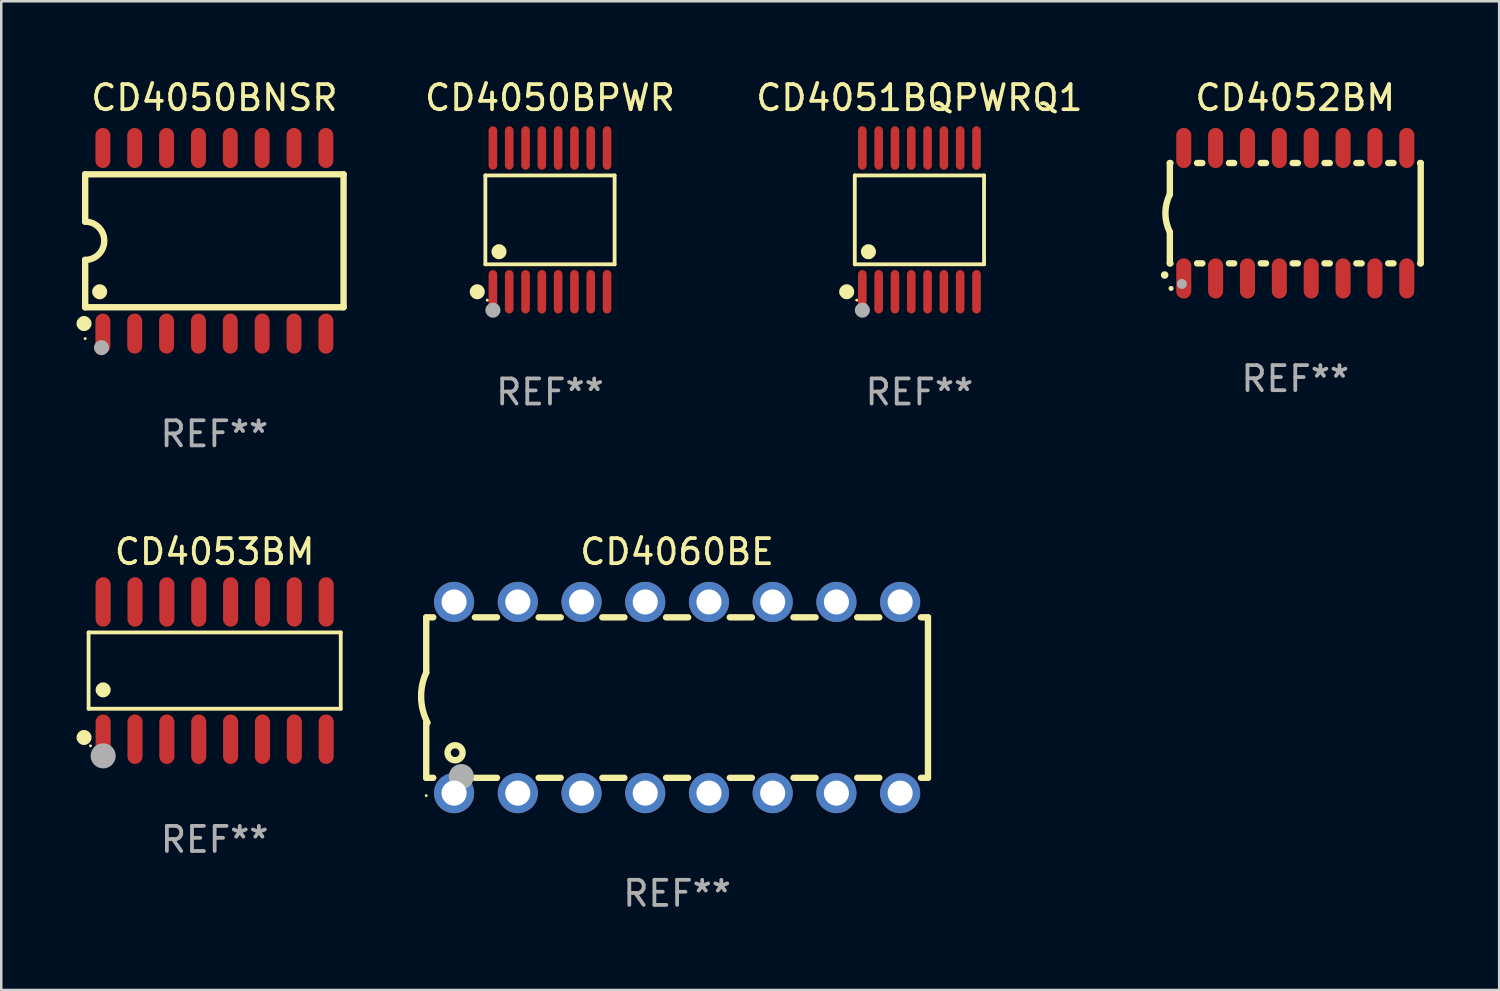
<source format=kicad_pcb>
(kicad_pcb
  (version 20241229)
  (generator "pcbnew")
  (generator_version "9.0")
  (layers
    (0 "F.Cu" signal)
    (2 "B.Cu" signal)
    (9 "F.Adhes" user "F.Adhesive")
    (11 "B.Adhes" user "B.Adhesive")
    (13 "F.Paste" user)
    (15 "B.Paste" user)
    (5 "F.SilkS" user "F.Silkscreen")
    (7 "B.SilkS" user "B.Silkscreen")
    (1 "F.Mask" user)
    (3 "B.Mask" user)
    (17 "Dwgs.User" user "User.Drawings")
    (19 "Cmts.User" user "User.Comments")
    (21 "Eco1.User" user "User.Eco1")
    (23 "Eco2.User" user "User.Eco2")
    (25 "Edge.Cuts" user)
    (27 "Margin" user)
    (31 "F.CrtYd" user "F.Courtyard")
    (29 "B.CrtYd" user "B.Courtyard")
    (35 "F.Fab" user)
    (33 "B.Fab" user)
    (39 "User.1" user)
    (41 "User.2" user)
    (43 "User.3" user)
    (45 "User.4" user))
  (footprint "CD4051BQPWRQ1"
    (layer "F.Cu")
    (at 33.599 5.714)
    (property "Reference" "CD4051BQPWRQ1" (at 0 -4.866 0) (layer "F.SilkS") (effects (font (size 1 1) (thickness 0.15))))
    (attr through_hole)
    (fp_line (start -2.576 -1.772) (end 2.576 -1.772) (stroke (width 0.152) (type solid)) (layer "F.SilkS"))
    (fp_line (start -2.576 1.771) (end -2.576 -1.772) (stroke (width 0.152) (type solid)) (layer "F.SilkS"))
    (fp_line (start 2.576 -1.772) (end 2.576 1.771) (stroke (width 0.152) (type solid)) (layer "F.SilkS"))
    (fp_line (start 2.576 1.771) (end -2.576 1.771) (stroke (width 0.152) (type solid)) (layer "F.SilkS"))
    (fp_circle (center -2.899 2.866) (end -2.749 2.866) (stroke (width 0.3) (type solid)) (fill no) (layer "F.SilkS"))
    (fp_circle (center -2.5 3.2) (end -2.47 3.2) (stroke (width 0.06) (type solid)) (fill no) (layer "F.SilkS"))
    (fp_circle (center -2.032 1.27) (end -1.882 1.27) (stroke (width 0.3) (type solid)) (fill no) (layer "F.SilkS"))
    (fp_circle (center -2.275 3.6) (end -2.125 3.6) (stroke (width 0.3) (type solid)) (fill no) (layer "F.Fab"))
    (fp_text user "REF**" (at 0 6.866 0) (layer "F.Fab") (effects (font (size 1 1) (thickness 0.15))))
    (pad "1" smd oval (at -2.275 2.866) (size 0.343 1.731) (layers "F.Cu" "F.Mask" "F.Paste"))
    (pad "2" smd oval (at -1.625 2.866) (size 0.343 1.731) (layers "F.Cu" "F.Mask" "F.Paste"))
    (pad "3" smd oval (at -0.975 2.866) (size 0.343 1.731) (layers "F.Cu" "F.Mask" "F.Paste"))
    (pad "4" smd oval (at -0.325 2.866) (size 0.343 1.731) (layers "F.Cu" "F.Mask" "F.Paste"))
    (pad "5" smd oval (at 0.325 2.866) (size 0.343 1.731) (layers "F.Cu" "F.Mask" "F.Paste"))
    (pad "6" smd oval (at 0.975 2.866) (size 0.343 1.731) (layers "F.Cu" "F.Mask" "F.Paste"))
    (pad "7" smd oval (at 1.625 2.866) (size 0.343 1.731) (layers "F.Cu" "F.Mask" "F.Paste"))
    (pad "8" smd oval (at 2.275 2.866) (size 0.343 1.731) (layers "F.Cu" "F.Mask" "F.Paste"))
    (pad "9" smd oval (at 2.275 -2.866) (size 0.343 1.731) (layers "F.Cu" "F.Mask" "F.Paste"))
    (pad "10" smd oval (at 1.625 -2.866) (size 0.343 1.731) (layers "F.Cu" "F.Mask" "F.Paste"))
    (pad "11" smd oval (at 0.975 -2.866) (size 0.343 1.731) (layers "F.Cu" "F.Mask" "F.Paste"))
    (pad "12" smd oval (at 0.325 -2.866) (size 0.343 1.731) (layers "F.Cu" "F.Mask" "F.Paste"))
    (pad "13" smd oval (at -0.325 -2.866) (size 0.343 1.731) (layers "F.Cu" "F.Mask" "F.Paste"))
    (pad "14" smd oval (at -0.975 -2.866) (size 0.343 1.731) (layers "F.Cu" "F.Mask" "F.Paste"))
    (pad "15" smd oval (at -1.625 -2.866) (size 0.343 1.731) (layers "F.Cu" "F.Mask" "F.Paste"))
    (pad "16" smd oval (at -2.275 -2.866) (size 0.343 1.731) (layers "F.Cu" "F.Mask" "F.Paste")))
  (footprint "CD4050BPWR"
    (layer "F.Cu")
    (at 18.873 5.714)
    (property "Reference" "CD4050BPWR" (at 0 -4.866 0) (layer "F.SilkS") (effects (font (size 1 1) (thickness 0.15))))
    (attr through_hole)
    (fp_line (start -2.576 -1.772) (end 2.576 -1.772) (stroke (width 0.152) (type solid)) (layer "F.SilkS"))
    (fp_line (start -2.576 1.771) (end -2.576 -1.772) (stroke (width 0.152) (type solid)) (layer "F.SilkS"))
    (fp_line (start 2.576 -1.772) (end 2.576 1.771) (stroke (width 0.152) (type solid)) (layer "F.SilkS"))
    (fp_line (start 2.576 1.771) (end -2.576 1.771) (stroke (width 0.152) (type solid)) (layer "F.SilkS"))
    (fp_circle (center -2.899 2.866) (end -2.749 2.866) (stroke (width 0.3) (type solid)) (fill no) (layer "F.SilkS"))
    (fp_circle (center -2.5 3.2) (end -2.47 3.2) (stroke (width 0.06) (type solid)) (fill no) (layer "F.SilkS"))
    (fp_circle (center -2.032 1.27) (end -1.882 1.27) (stroke (width 0.3) (type solid)) (fill no) (layer "F.SilkS"))
    (fp_circle (center -2.275 3.6) (end -2.125 3.6) (stroke (width 0.3) (type solid)) (fill no) (layer "F.Fab"))
    (fp_text user "REF**" (at 0 6.866 0) (layer "F.Fab") (effects (font (size 1 1) (thickness 0.15))))
    (pad "1" smd oval (at -2.275 2.866) (size 0.343 1.731) (layers "F.Cu" "F.Mask" "F.Paste"))
    (pad "2" smd oval (at -1.625 2.866) (size 0.343 1.731) (layers "F.Cu" "F.Mask" "F.Paste"))
    (pad "3" smd oval (at -0.975 2.866) (size 0.343 1.731) (layers "F.Cu" "F.Mask" "F.Paste"))
    (pad "4" smd oval (at -0.325 2.866) (size 0.343 1.731) (layers "F.Cu" "F.Mask" "F.Paste"))
    (pad "5" smd oval (at 0.325 2.866) (size 0.343 1.731) (layers "F.Cu" "F.Mask" "F.Paste"))
    (pad "6" smd oval (at 0.975 2.866) (size 0.343 1.731) (layers "F.Cu" "F.Mask" "F.Paste"))
    (pad "7" smd oval (at 1.625 2.866) (size 0.343 1.731) (layers "F.Cu" "F.Mask" "F.Paste"))
    (pad "8" smd oval (at 2.275 2.866) (size 0.343 1.731) (layers "F.Cu" "F.Mask" "F.Paste"))
    (pad "9" smd oval (at 2.275 -2.866) (size 0.343 1.731) (layers "F.Cu" "F.Mask" "F.Paste"))
    (pad "10" smd oval (at 1.625 -2.866) (size 0.343 1.731) (layers "F.Cu" "F.Mask" "F.Paste"))
    (pad "11" smd oval (at 0.975 -2.866) (size 0.343 1.731) (layers "F.Cu" "F.Mask" "F.Paste"))
    (pad "12" smd oval (at 0.325 -2.866) (size 0.343 1.731) (layers "F.Cu" "F.Mask" "F.Paste"))
    (pad "13" smd oval (at -0.325 -2.866) (size 0.343 1.731) (layers "F.Cu" "F.Mask" "F.Paste"))
    (pad "14" smd oval (at -0.975 -2.866) (size 0.343 1.731) (layers "F.Cu" "F.Mask" "F.Paste"))
    (pad "15" smd oval (at -1.625 -2.866) (size 0.343 1.731) (layers "F.Cu" "F.Mask" "F.Paste"))
    (pad "16" smd oval (at -2.275 -2.866) (size 0.343 1.731) (layers "F.Cu" "F.Mask" "F.Paste")))
  (footprint "CD4053BM"
    (layer "F.Cu")
    (at 5.507 23.68)
    (property "Reference" "CD4053BM" (at 0 -4.736 0) (layer "F.SilkS") (effects (font (size 1 1) (thickness 0.15))))
    (attr through_hole)
    (fp_line (start -5.026 -1.521) (end 5.026 -1.521) (stroke (width 0.152) (type solid)) (layer "F.SilkS"))
    (fp_line (start -5.026 1.521) (end -5.026 -1.521) (stroke (width 0.152) (type solid)) (layer "F.SilkS"))
    (fp_line (start 5.026 -1.521) (end 5.026 1.521) (stroke (width 0.152) (type solid)) (layer "F.SilkS"))
    (fp_line (start 5.026 1.521) (end -5.026 1.521) (stroke (width 0.152) (type solid)) (layer "F.SilkS"))
    (fp_circle (center -5.207 2.667) (end -5.057 2.667) (stroke (width 0.3) (type solid)) (fill no) (layer "F.SilkS"))
    (fp_circle (center -4.95 3) (end -4.92 3) (stroke (width 0.06) (type solid)) (fill no) (layer "F.SilkS"))
    (fp_circle (center -4.445 0.769) (end -4.295 0.769) (stroke (width 0.3) (type solid)) (fill no) (layer "F.SilkS"))
    (fp_circle (center -4.445 3.4) (end -4.195 3.4) (stroke (width 0.5) (type solid)) (fill no) (layer "F.Fab"))
    (fp_text user "REF**" (at 0 6.736 0) (layer "F.Fab") (effects (font (size 1 1) (thickness 0.15))))
    (pad "1" smd oval (at -4.445 2.736) (size 0.602 1.971) (layers "F.Cu" "F.Mask" "F.Paste"))
    (pad "2" smd oval (at -3.175 2.736) (size 0.602 1.971) (layers "F.Cu" "F.Mask" "F.Paste"))
    (pad "3" smd oval (at -1.905 2.736) (size 0.602 1.971) (layers "F.Cu" "F.Mask" "F.Paste"))
    (pad "4" smd oval (at -0.635 2.736) (size 0.602 1.971) (layers "F.Cu" "F.Mask" "F.Paste"))
    (pad "5" smd oval (at 0.635 2.736) (size 0.602 1.971) (layers "F.Cu" "F.Mask" "F.Paste"))
    (pad "6" smd oval (at 1.905 2.736) (size 0.602 1.971) (layers "F.Cu" "F.Mask" "F.Paste"))
    (pad "7" smd oval (at 3.175 2.736) (size 0.602 1.971) (layers "F.Cu" "F.Mask" "F.Paste"))
    (pad "8" smd oval (at 4.445 2.736) (size 0.602 1.971) (layers "F.Cu" "F.Mask" "F.Paste"))
    (pad "9" smd oval (at 4.445 -2.736) (size 0.602 1.971) (layers "F.Cu" "F.Mask" "F.Paste"))
    (pad "10" smd oval (at 3.175 -2.736) (size 0.602 1.971) (layers "F.Cu" "F.Mask" "F.Paste"))
    (pad "11" smd oval (at 1.905 -2.736) (size 0.602 1.971) (layers "F.Cu" "F.Mask" "F.Paste"))
    (pad "12" smd oval (at 0.635 -2.736) (size 0.602 1.971) (layers "F.Cu" "F.Mask" "F.Paste"))
    (pad "13" smd oval (at -0.635 -2.736) (size 0.602 1.971) (layers "F.Cu" "F.Mask" "F.Paste"))
    (pad "14" smd oval (at -1.905 -2.736) (size 0.602 1.971) (layers "F.Cu" "F.Mask" "F.Paste"))
    (pad "15" smd oval (at -3.175 -2.736) (size 0.602 1.971) (layers "F.Cu" "F.Mask" "F.Paste"))
    (pad "16" smd oval (at -4.445 -2.736) (size 0.602 1.971) (layers "F.Cu" "F.Mask" "F.Paste")))
  (footprint "CD4060BE"
    (layer "F.Cu")
    (at 23.94 24.755)
    (property "Reference" "CD4060BE" (at 0 -5.81 0) (layer "F.SilkS") (effects (font (size 1 1) (thickness 0.15))))
    (attr through_hole)
    (fp_line (start -10 -3.198) (end -9.719 -3.198) (stroke (width 0.254) (type solid)) (layer "F.SilkS"))
    (fp_line (start -10 -0.998) (end -10 -3.198) (stroke (width 0.254) (type solid)) (layer "F.SilkS"))
    (fp_line (start -10 3.2) (end -10 1) (stroke (width 0.254) (type solid)) (layer "F.SilkS"))
    (fp_line (start -10 3.2) (end -9.721 3.2) (stroke (width 0.254) (type solid)) (layer "F.SilkS"))
    (fp_line (start -8.061 -3.198) (end -7.179 -3.198) (stroke (width 0.254) (type solid)) (layer "F.SilkS"))
    (fp_line (start -8.059 3.2) (end -7.181 3.2) (stroke (width 0.254) (type solid)) (layer "F.SilkS"))
    (fp_line (start -5.521 -3.198) (end -4.639 -3.198) (stroke (width 0.254) (type solid)) (layer "F.SilkS"))
    (fp_line (start -5.519 3.2) (end -4.641 3.2) (stroke (width 0.254) (type solid)) (layer "F.SilkS"))
    (fp_line (start -2.981 -3.198) (end -2.099 -3.198) (stroke (width 0.254) (type solid)) (layer "F.SilkS"))
    (fp_line (start -2.979 3.2) (end -2.101 3.2) (stroke (width 0.254) (type solid)) (layer "F.SilkS"))
    (fp_line (start -0.441 -3.198) (end 0.441 -3.198) (stroke (width 0.254) (type solid)) (layer "F.SilkS"))
    (fp_line (start -0.439 3.2) (end 0.439 3.2) (stroke (width 0.254) (type solid)) (layer "F.SilkS"))
    (fp_line (start 2.099 -3.198) (end 2.981 -3.198) (stroke (width 0.254) (type solid)) (layer "F.SilkS"))
    (fp_line (start 2.101 3.2) (end 2.979 3.2) (stroke (width 0.254) (type solid)) (layer "F.SilkS"))
    (fp_line (start 4.639 -3.198) (end 5.521 -3.198) (stroke (width 0.254) (type solid)) (layer "F.SilkS"))
    (fp_line (start 4.641 3.2) (end 5.519 3.2) (stroke (width 0.254) (type solid)) (layer "F.SilkS"))
    (fp_line (start 7.179 -3.198) (end 8.061 -3.198) (stroke (width 0.254) (type solid)) (layer "F.SilkS"))
    (fp_line (start 7.181 3.2) (end 8.059 3.2) (stroke (width 0.254) (type solid)) (layer "F.SilkS"))
    (fp_line (start 9.719 -3.198) (end 10 -3.198) (stroke (width 0.254) (type solid)) (layer "F.SilkS"))
    (fp_line (start 9.721 3.2) (end 10 3.2) (stroke (width 0.254) (type solid)) (layer "F.SilkS"))
    (fp_line (start 10 3.2) (end 10 -3.2) (stroke (width 0.254) (type solid)) (layer "F.SilkS"))
    (fp_arc (start -9.949962 1) (mid -10.203153 0.005709) (end -10 -1) (stroke (width 0.254001) (type solid)) (layer "F.SilkS"))
    (fp_circle (center -10 3.91) (end -9.97 3.91) (stroke (width 0.06) (type solid)) (fill no) (layer "F.SilkS"))
    (fp_circle (center -8.85 2.2) (end -8.55 2.2) (stroke (width 0.254) (type solid)) (fill no) (layer "F.SilkS"))
    (fp_circle (center -8.6 3.15) (end -8.35 3.15) (stroke (width 0.5) (type solid)) (fill no) (layer "F.Fab"))
    (fp_text user "REF**" (at 0 7.81 0) (layer "F.Fab") (effects (font (size 1 1) (thickness 0.15))))
    (pad "1" thru_hole circle (at -8.89 3.81) (size 1.6 1.6) (drill 1) (layers "*.Cu" "*.Mask"))
    (pad "2" thru_hole circle (at -6.35 3.81) (size 1.6 1.6) (drill 1) (layers "*.Cu" "*.Mask"))
    (pad "3" thru_hole circle (at -3.81 3.81) (size 1.6 1.6) (drill 1) (layers "*.Cu" "*.Mask"))
    (pad "4" thru_hole circle (at -1.27 3.81) (size 1.6 1.6) (drill 1) (layers "*.Cu" "*.Mask"))
    (pad "5" thru_hole circle (at 1.27 3.81) (size 1.6 1.6) (drill 1) (layers "*.Cu" "*.Mask"))
    (pad "6" thru_hole circle (at 3.81 3.81) (size 1.6 1.6) (drill 1) (layers "*.Cu" "*.Mask"))
    (pad "7" thru_hole circle (at 6.35 3.81) (size 1.6 1.6) (drill 1) (layers "*.Cu" "*.Mask"))
    (pad "8" thru_hole circle (at 8.89 3.81) (size 1.6 1.6) (drill 1) (layers "*.Cu" "*.Mask"))
    (pad "9" thru_hole circle (at 8.89 -3.81) (size 1.6 1.6) (drill 1) (layers "*.Cu" "*.Mask"))
    (pad "10" thru_hole circle (at 6.35 -3.81) (size 1.6 1.6) (drill 1) (layers "*.Cu" "*.Mask"))
    (pad "11" thru_hole circle (at 3.81 -3.81) (size 1.6 1.6) (drill 1) (layers "*.Cu" "*.Mask"))
    (pad "12" thru_hole circle (at 1.27 -3.81) (size 1.6 1.6) (drill 1) (layers "*.Cu" "*.Mask"))
    (pad "13" thru_hole circle (at -1.27 -3.81) (size 1.6 1.6) (drill 1) (layers "*.Cu" "*.Mask"))
    (pad "14" thru_hole circle (at -3.81 -3.81) (size 1.6 1.6) (drill 1) (layers "*.Cu" "*.Mask"))
    (pad "15" thru_hole circle (at -6.35 -3.81) (size 1.6 1.6) (drill 1) (layers "*.Cu" "*.Mask"))
    (pad "16" thru_hole circle (at -8.89 -3.81) (size 1.6 1.6) (drill 1) (layers "*.Cu" "*.Mask")))
  (footprint "CD4050BNSR"
    (layer "F.Cu")
    (at 5.495 6.548)
    (property "Reference" "CD4050BNSR" (at 0 -5.7 0) (layer "F.SilkS") (effects (font (size 1 1) (thickness 0.15))))
    (attr through_hole)
    (fp_line (start -5.15 -2.65) (end -5.15 -0.762) (stroke (width 0.254) (type solid)) (layer "F.SilkS"))
    (fp_line (start -5.15 -2.65) (end 5.15 -2.65) (stroke (width 0.254) (type solid)) (layer "F.SilkS"))
    (fp_line (start -5.15 2.65) (end -5.15 0.762) (stroke (width 0.254) (type solid)) (layer "F.SilkS"))
    (fp_line (start 5.15 -2.65) (end 5.15 2.65) (stroke (width 0.254) (type solid)) (layer "F.SilkS"))
    (fp_line (start 5.15 2.65) (end -5.15 2.65) (stroke (width 0.254) (type solid)) (layer "F.SilkS"))
    (fp_arc (start -5.151131 -0.762003) (mid -4.389128 -0.000559) (end -5.150013 0.762002) (stroke (width 0.254001) (type solid)) (layer "F.SilkS"))
    (fp_circle (center -5.195 3.299) (end -5.045 3.299) (stroke (width 0.3) (type solid)) (fill no) (layer "F.SilkS"))
    (fp_circle (center -5.15 3.9) (end -5.12 3.9) (stroke (width 0.06) (type solid)) (fill no) (layer "F.SilkS"))
    (fp_circle (center -4.572 2.032) (end -4.422 2.032) (stroke (width 0.3) (type solid)) (fill no) (layer "F.SilkS"))
    (fp_circle (center -4.5 4.26) (end -4.35 4.26) (stroke (width 0.3) (type solid)) (fill no) (layer "F.Fab"))
    (fp_text user "REF**" (at 0 7.7 0) (layer "F.Fab") (effects (font (size 1 1) (thickness 0.15))))
    (pad "1" smd oval (at -4.445 3.7) (size 0.595 1.598) (layers "F.Cu" "F.Mask" "F.Paste"))
    (pad "2" smd oval (at -3.175 3.7) (size 0.595 1.598) (layers "F.Cu" "F.Mask" "F.Paste"))
    (pad "3" smd oval (at -1.905 3.7) (size 0.595 1.598) (layers "F.Cu" "F.Mask" "F.Paste"))
    (pad "4" smd oval (at -0.635 3.7) (size 0.595 1.598) (layers "F.Cu" "F.Mask" "F.Paste"))
    (pad "5" smd oval (at 0.635 3.7) (size 0.595 1.598) (layers "F.Cu" "F.Mask" "F.Paste"))
    (pad "6" smd oval (at 1.905 3.7) (size 0.595 1.598) (layers "F.Cu" "F.Mask" "F.Paste"))
    (pad "7" smd oval (at 3.175 3.7) (size 0.595 1.598) (layers "F.Cu" "F.Mask" "F.Paste"))
    (pad "8" smd oval (at 4.445 3.7) (size 0.595 1.598) (layers "F.Cu" "F.Mask" "F.Paste"))
    (pad "9" smd oval (at 4.445 -3.7) (size 0.595 1.598) (layers "F.Cu" "F.Mask" "F.Paste"))
    (pad "10" smd oval (at 3.175 -3.7) (size 0.595 1.598) (layers "F.Cu" "F.Mask" "F.Paste"))
    (pad "11" smd oval (at 1.905 -3.7) (size 0.595 1.598) (layers "F.Cu" "F.Mask" "F.Paste"))
    (pad "12" smd oval (at 0.635 -3.7) (size 0.595 1.598) (layers "F.Cu" "F.Mask" "F.Paste"))
    (pad "13" smd oval (at -0.635 -3.7) (size 0.595 1.598) (layers "F.Cu" "F.Mask" "F.Paste"))
    (pad "14" smd oval (at -1.905 -3.7) (size 0.595 1.598) (layers "F.Cu" "F.Mask" "F.Paste"))
    (pad "15" smd oval (at -3.175 -3.7) (size 0.595 1.598) (layers "F.Cu" "F.Mask" "F.Paste"))
    (pad "16" smd oval (at -4.445 -3.7) (size 0.595 1.598) (layers "F.Cu" "F.Mask" "F.Paste")))
  (footprint "CD4052BM"
    (layer "F.Cu")
    (at 48.581 5.448)
    (property "Reference" "CD4052BM" (at 0 -4.6 0) (layer "F.SilkS") (effects (font (size 1 1) (thickness 0.15))))
    (attr through_hole)
    (fp_line (start -5 -2) (end -5 -0.75) (stroke (width 0.254) (type solid)) (layer "F.SilkS"))
    (fp_line (start -5 -2) (end -4.976 -2) (stroke (width 0.254) (type solid)) (layer "F.SilkS"))
    (fp_line (start -5 2) (end -5 0.75) (stroke (width 0.254) (type solid)) (layer "F.SilkS"))
    (fp_line (start -5 2) (end -4.976 2) (stroke (width 0.254) (type solid)) (layer "F.SilkS"))
    (fp_line (start -3.914 -2) (end -3.706 -2) (stroke (width 0.254) (type solid)) (layer "F.SilkS"))
    (fp_line (start -3.914 2) (end -3.706 2) (stroke (width 0.254) (type solid)) (layer "F.SilkS"))
    (fp_line (start -2.644 -2) (end -2.436 -2) (stroke (width 0.254) (type solid)) (layer "F.SilkS"))
    (fp_line (start -2.644 2) (end -2.436 2) (stroke (width 0.254) (type solid)) (layer "F.SilkS"))
    (fp_line (start -1.374 -2) (end -1.166 -2) (stroke (width 0.254) (type solid)) (layer "F.SilkS"))
    (fp_line (start -1.374 2) (end -1.166 2) (stroke (width 0.254) (type solid)) (layer "F.SilkS"))
    (fp_line (start -0.104 -2) (end 0.104 -2) (stroke (width 0.254) (type solid)) (layer "F.SilkS"))
    (fp_line (start -0.104 2) (end 0.104 2) (stroke (width 0.254) (type solid)) (layer "F.SilkS"))
    (fp_line (start 1.166 -2) (end 1.374 -2) (stroke (width 0.254) (type solid)) (layer "F.SilkS"))
    (fp_line (start 1.166 2) (end 1.374 2) (stroke (width 0.254) (type solid)) (layer "F.SilkS"))
    (fp_line (start 2.436 -2) (end 2.644 -2) (stroke (width 0.254) (type solid)) (layer "F.SilkS"))
    (fp_line (start 2.436 2) (end 2.644 2) (stroke (width 0.254) (type solid)) (layer "F.SilkS"))
    (fp_line (start 3.706 -2) (end 3.914 -2) (stroke (width 0.254) (type solid)) (layer "F.SilkS"))
    (fp_line (start 3.706 2) (end 3.914 2) (stroke (width 0.254) (type solid)) (layer "F.SilkS"))
    (fp_line (start 4.976 -2) (end 5 -2) (stroke (width 0.254) (type solid)) (layer "F.SilkS"))
    (fp_line (start 4.976 2) (end 5 2) (stroke (width 0.254) (type solid)) (layer "F.SilkS"))
    (fp_line (start 5 2) (end 5 -2) (stroke (width 0.254) (type solid)) (layer "F.SilkS"))
    (fp_arc (start -5.20701 2.46383) (mid -5.20574 2.463825) (end -5.20447 2.46383) (stroke (width 0.3) (type solid)) (layer "F.SilkS"))
    (fp_arc (start -5 0.751207) (mid -5.177192 0.00061) (end -5 -0.749987) (stroke (width 0.254001) (type solid)) (layer "F.SilkS"))
    (fp_circle (center -4.95 3) (end -4.9 3) (stroke (width 0.1) (type solid)) (fill no) (layer "F.SilkS"))
    (fp_circle (center -4.521 2.819) (end -4.421 2.819) (stroke (width 0.2) (type solid)) (fill no) (layer "F.Fab"))
    (fp_text user "REF**" (at 0 6.6 0) (layer "F.Fab") (effects (font (size 1 1) (thickness 0.15))))
    (pad "1" smd oval (at -4.445 2.6 180) (size 0.6 1.6) (layers "F.Cu" "F.Mask" "F.Paste"))
    (pad "2" smd oval (at -3.175 2.6 180) (size 0.6 1.6) (layers "F.Cu" "F.Mask" "F.Paste"))
    (pad "3" smd oval (at -1.905 2.6 180) (size 0.6 1.6) (layers "F.Cu" "F.Mask" "F.Paste"))
    (pad "4" smd oval (at -0.635 2.6 180) (size 0.6 1.6) (layers "F.Cu" "F.Mask" "F.Paste"))
    (pad "5" smd oval (at 0.635 2.6 180) (size 0.6 1.6) (layers "F.Cu" "F.Mask" "F.Paste"))
    (pad "6" smd oval (at 1.905 2.6 180) (size 0.6 1.6) (layers "F.Cu" "F.Mask" "F.Paste"))
    (pad "7" smd oval (at 3.175 2.6 180) (size 0.6 1.6) (layers "F.Cu" "F.Mask" "F.Paste"))
    (pad "8" smd oval (at 4.445 2.6 180) (size 0.6 1.6) (layers "F.Cu" "F.Mask" "F.Paste"))
    (pad "9" smd oval (at 4.445 -2.6 180) (size 0.6 1.6) (layers "F.Cu" "F.Mask" "F.Paste"))
    (pad "10" smd oval (at 3.175 -2.6 180) (size 0.6 1.6) (layers "F.Cu" "F.Mask" "F.Paste"))
    (pad "11" smd oval (at 1.905 -2.6 180) (size 0.6 1.6) (layers "F.Cu" "F.Mask" "F.Paste"))
    (pad "12" smd oval (at 0.635 -2.6 180) (size 0.6 1.6) (layers "F.Cu" "F.Mask" "F.Paste"))
    (pad "13" smd oval (at -0.635 -2.6 180) (size 0.6 1.6) (layers "F.Cu" "F.Mask" "F.Paste"))
    (pad "14" smd oval (at -1.905 -2.6 180) (size 0.6 1.6) (layers "F.Cu" "F.Mask" "F.Paste"))
    (pad "15" smd oval (at -3.175 -2.6 180) (size 0.6 1.6) (layers "F.Cu" "F.Mask" "F.Paste"))
    (pad "16" smd oval (at -4.445 -2.6 180) (size 0.6 1.6) (layers "F.Cu" "F.Mask" "F.Paste")))
  (gr_rect
    (start -3 -3)
    (end 56.708 36.413)
    (stroke (width 0.1) (type default))
    (fill no)
    (layer "Edge.Cuts")))
</source>
